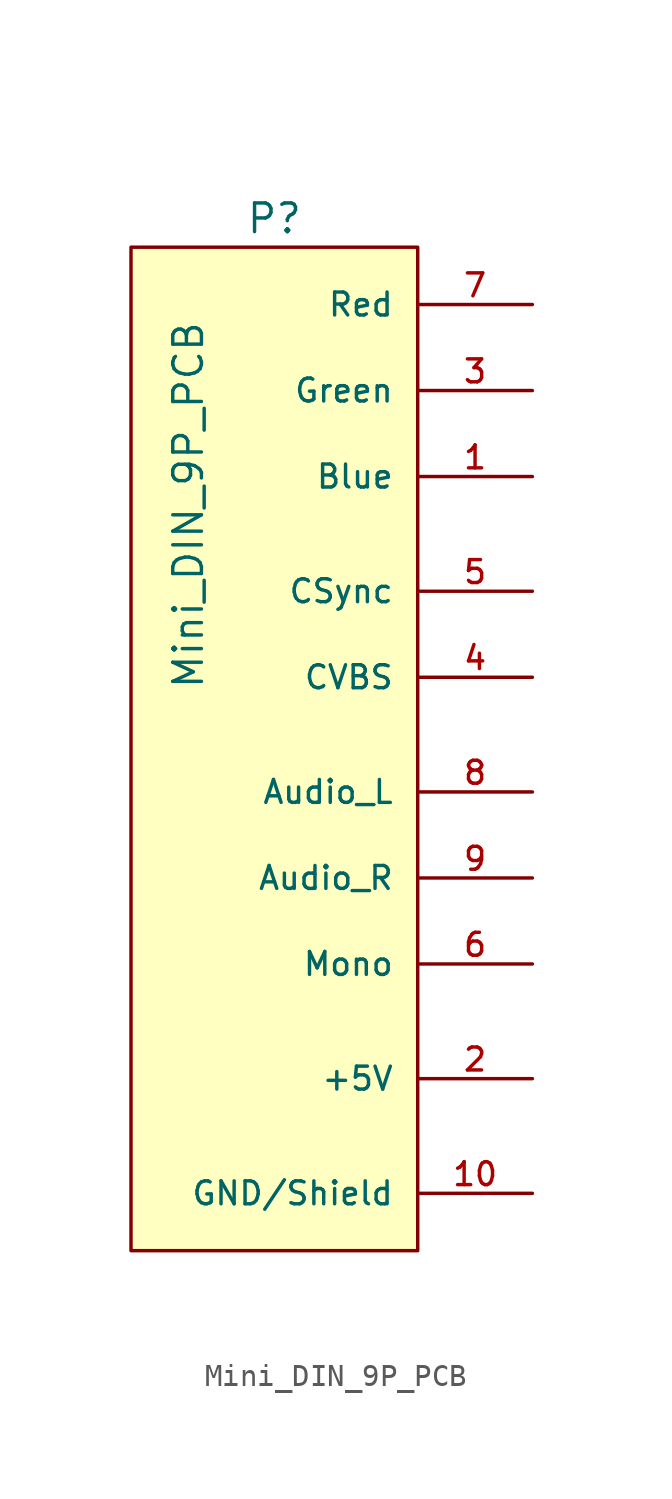
<source format=kicad_sym>
(kicad_symbol_lib
  (version 20211014)
  (generator kicad_symbol_editor)
  (symbol "Mini_DIN_9P_PCB"
    (pin_names
      (offset 1.016))
    (property "Reference" "P"
      (at -6.35 1.27 0)
      (effects (font (size 1.27 1.27))))
    (property "Value" "Mini_DIN_9P_PCB"
      (at -10.16 -11.43 90)
      (effects (font (size 1.27 1.27))))
    (symbol "Mini_DIN_9P_PCB_1_1"
      (rectangle (start -12.7 0) (end 0 -44.45) (stroke (width 0) (type default) (color 0 0 0 0)) (fill (type background)))
      (pin passive line (at 5.08 -10.16 180) (length 5.08) (name "Blue" (effects (font (size 1.016 1.016)))) (number "1" (effects (font (size 1.016 1.016)))))
      (pin passive line (at 5.08 -41.91 180) (length 5.08) (name "GND/Shield" (effects (font (size 1.016 1.016)))) (number "10" (effects (font (size 1.016 1.016)))))
      (pin passive line (at 5.08 -36.83 180) (length 5.08) (name "+5V" (effects (font (size 1.016 1.016)))) (number "2" (effects (font (size 1.016 1.016)))))
      (pin passive line (at 5.08 -6.35 180) (length 5.08) (name "Green" (effects (font (size 1.016 1.016)))) (number "3" (effects (font (size 1.016 1.016)))))
      (pin passive line (at 5.08 -19.05 180) (length 5.08) (name "CVBS" (effects (font (size 1.016 1.016)))) (number "4" (effects (font (size 1.016 1.016)))))
      (pin passive line (at 5.08 -15.24 180) (length 5.08) (name "CSync" (effects (font (size 1.016 1.016)))) (number "5" (effects (font (size 1.016 1.016)))))
      (pin passive line (at 5.08 -31.75 180) (length 5.08) (name "Mono" (effects (font (size 1.016 1.016)))) (number "6" (effects (font (size 1.016 1.016)))))
      (pin passive line (at 5.08 -2.54 180) (length 5.08) (name "Red" (effects (font (size 1.016 1.016)))) (number "7" (effects (font (size 1.016 1.016)))))
      (pin passive line (at 5.08 -24.13 180) (length 5.08) (name "Audio_L" (effects (font (size 1.016 1.016)))) (number "8" (effects (font (size 1.016 1.016)))))
      (pin passive line (at 5.08 -27.94 180) (length 5.08) (name "Audio_R" (effects (font (size 1.016 1.016)))) (number "9" (effects (font (size 1.016 1.016))))))))
</source>
